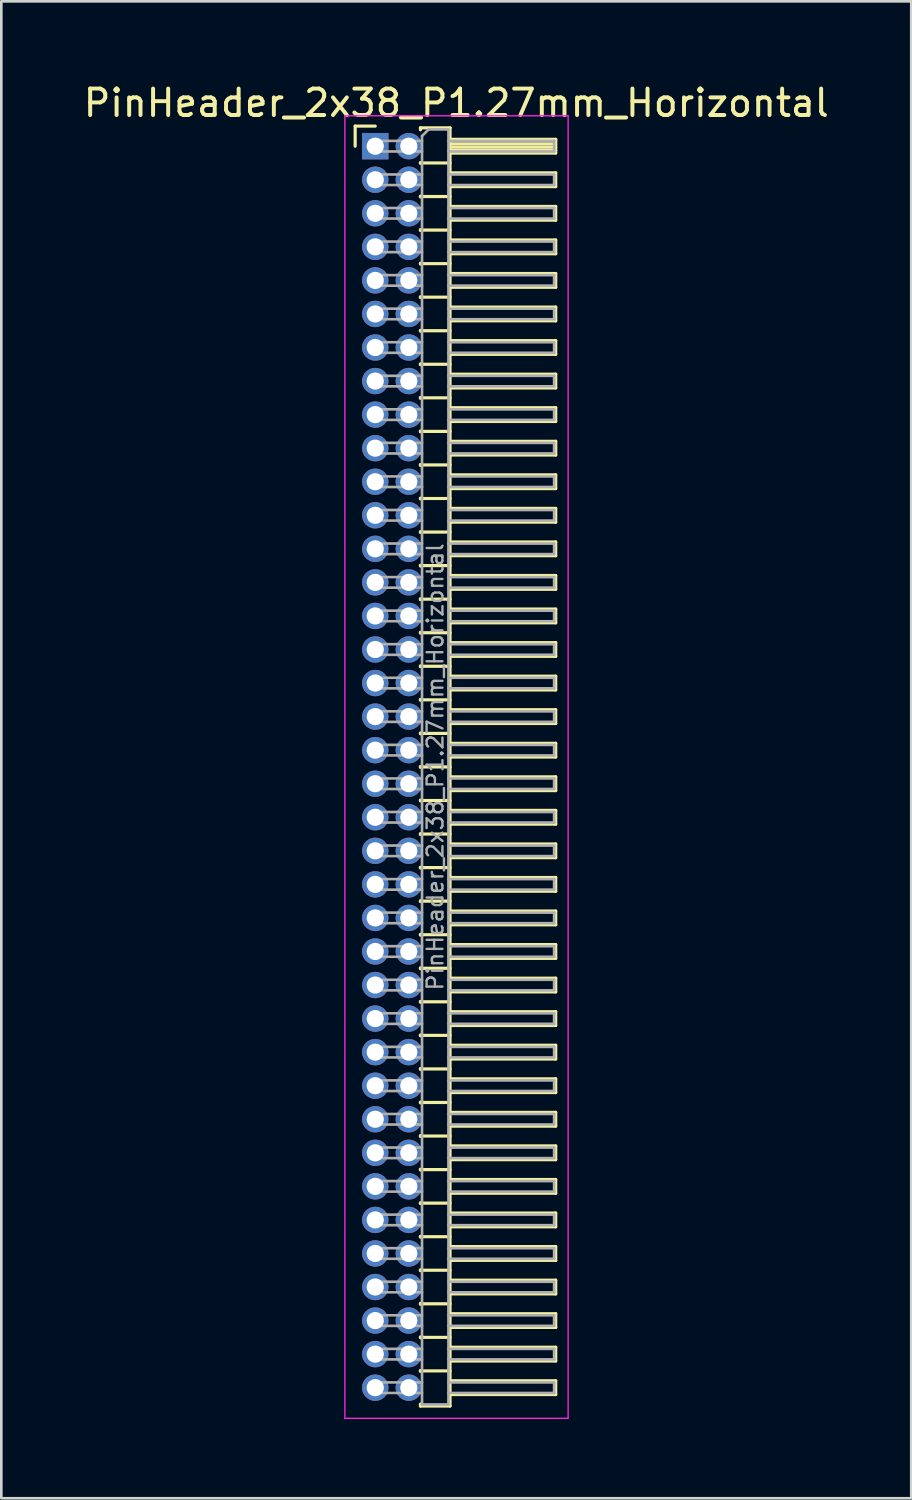
<source format=kicad_pcb>
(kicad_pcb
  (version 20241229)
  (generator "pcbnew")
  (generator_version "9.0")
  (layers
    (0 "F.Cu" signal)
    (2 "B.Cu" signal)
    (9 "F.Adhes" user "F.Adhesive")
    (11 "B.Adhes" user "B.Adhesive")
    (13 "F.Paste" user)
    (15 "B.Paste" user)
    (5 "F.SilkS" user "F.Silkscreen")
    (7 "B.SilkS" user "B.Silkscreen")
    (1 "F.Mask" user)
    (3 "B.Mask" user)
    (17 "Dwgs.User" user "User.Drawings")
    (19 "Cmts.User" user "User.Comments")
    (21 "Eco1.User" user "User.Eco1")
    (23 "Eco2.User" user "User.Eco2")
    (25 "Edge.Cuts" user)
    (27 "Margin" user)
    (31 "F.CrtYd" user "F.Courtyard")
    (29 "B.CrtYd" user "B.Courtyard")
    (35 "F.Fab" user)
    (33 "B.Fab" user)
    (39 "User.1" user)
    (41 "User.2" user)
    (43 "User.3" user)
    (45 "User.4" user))
  (footprint "PinHeader_2x38_P1.27mm_Horizontal"
    (layer "F.Cu")
    (at 11.153 2.483)
    (property "Reference" "PinHeader_2x38_P1.27mm_Horizontal" (at 3.067 -1.635 0) (layer "F.SilkS") (effects (font (size 1 1) (thickness 0.15))))
    (attr through_hole)
    (fp_line (start -0.76 -0.76) (end 0 -0.76) (stroke (width 0.12) (type solid)) (layer "F.SilkS"))
    (fp_line (start -0.76 0) (end -0.76 -0.76) (stroke (width 0.12) (type solid)) (layer "F.SilkS"))
    (fp_line (start 1.71 -0.695) (end 2.83 -0.695) (stroke (width 0.12) (type solid)) (layer "F.SilkS"))
    (fp_line (start 1.71 -0.62) (end 1.71 -0.695) (stroke (width 0.12) (type solid)) (layer "F.SilkS"))
    (fp_line (start 1.71 0.62) (end 1.71 0.65) (stroke (width 0.12) (type solid)) (layer "F.SilkS"))
    (fp_line (start 1.71 0.635) (end 2.83 0.635) (stroke (width 0.12) (type solid)) (layer "F.SilkS"))
    (fp_line (start 1.71 1.89) (end 1.71 1.92) (stroke (width 0.12) (type solid)) (layer "F.SilkS"))
    (fp_line (start 1.71 1.905) (end 2.83 1.905) (stroke (width 0.12) (type solid)) (layer "F.SilkS"))
    (fp_line (start 1.71 3.16) (end 1.71 3.19) (stroke (width 0.12) (type solid)) (layer "F.SilkS"))
    (fp_line (start 1.71 3.175) (end 2.83 3.175) (stroke (width 0.12) (type solid)) (layer "F.SilkS"))
    (fp_line (start 1.71 4.43) (end 1.71 4.46) (stroke (width 0.12) (type solid)) (layer "F.SilkS"))
    (fp_line (start 1.71 4.445) (end 2.83 4.445) (stroke (width 0.12) (type solid)) (layer "F.SilkS"))
    (fp_line (start 1.71 5.7) (end 1.71 5.73) (stroke (width 0.12) (type solid)) (layer "F.SilkS"))
    (fp_line (start 1.71 5.715) (end 2.83 5.715) (stroke (width 0.12) (type solid)) (layer "F.SilkS"))
    (fp_line (start 1.71 6.97) (end 1.71 7) (stroke (width 0.12) (type solid)) (layer "F.SilkS"))
    (fp_line (start 1.71 6.985) (end 2.83 6.985) (stroke (width 0.12) (type solid)) (layer "F.SilkS"))
    (fp_line (start 1.71 8.24) (end 1.71 8.27) (stroke (width 0.12) (type solid)) (layer "F.SilkS"))
    (fp_line (start 1.71 8.255) (end 2.83 8.255) (stroke (width 0.12) (type solid)) (layer "F.SilkS"))
    (fp_line (start 1.71 9.51) (end 1.71 9.54) (stroke (width 0.12) (type solid)) (layer "F.SilkS"))
    (fp_line (start 1.71 9.525) (end 2.83 9.525) (stroke (width 0.12) (type solid)) (layer "F.SilkS"))
    (fp_line (start 1.71 10.78) (end 1.71 10.81) (stroke (width 0.12) (type solid)) (layer "F.SilkS"))
    (fp_line (start 1.71 10.795) (end 2.83 10.795) (stroke (width 0.12) (type solid)) (layer "F.SilkS"))
    (fp_line (start 1.71 12.05) (end 1.71 12.08) (stroke (width 0.12) (type solid)) (layer "F.SilkS"))
    (fp_line (start 1.71 12.065) (end 2.83 12.065) (stroke (width 0.12) (type solid)) (layer "F.SilkS"))
    (fp_line (start 1.71 13.32) (end 1.71 13.35) (stroke (width 0.12) (type solid)) (layer "F.SilkS"))
    (fp_line (start 1.71 13.335) (end 2.83 13.335) (stroke (width 0.12) (type solid)) (layer "F.SilkS"))
    (fp_line (start 1.71 14.59) (end 1.71 14.62) (stroke (width 0.12) (type solid)) (layer "F.SilkS"))
    (fp_line (start 1.71 14.605) (end 2.83 14.605) (stroke (width 0.12) (type solid)) (layer "F.SilkS"))
    (fp_line (start 1.71 15.86) (end 1.71 15.89) (stroke (width 0.12) (type solid)) (layer "F.SilkS"))
    (fp_line (start 1.71 15.875) (end 2.83 15.875) (stroke (width 0.12) (type solid)) (layer "F.SilkS"))
    (fp_line (start 1.71 17.13) (end 1.71 17.16) (stroke (width 0.12) (type solid)) (layer "F.SilkS"))
    (fp_line (start 1.71 17.145) (end 2.83 17.145) (stroke (width 0.12) (type solid)) (layer "F.SilkS"))
    (fp_line (start 1.71 18.4) (end 1.71 18.43) (stroke (width 0.12) (type solid)) (layer "F.SilkS"))
    (fp_line (start 1.71 18.415) (end 2.83 18.415) (stroke (width 0.12) (type solid)) (layer "F.SilkS"))
    (fp_line (start 1.71 19.67) (end 1.71 19.7) (stroke (width 0.12) (type solid)) (layer "F.SilkS"))
    (fp_line (start 1.71 19.685) (end 2.83 19.685) (stroke (width 0.12) (type solid)) (layer "F.SilkS"))
    (fp_line (start 1.71 20.94) (end 1.71 20.97) (stroke (width 0.12) (type solid)) (layer "F.SilkS"))
    (fp_line (start 1.71 20.955) (end 2.83 20.955) (stroke (width 0.12) (type solid)) (layer "F.SilkS"))
    (fp_line (start 1.71 22.21) (end 1.71 22.24) (stroke (width 0.12) (type solid)) (layer "F.SilkS"))
    (fp_line (start 1.71 22.225) (end 2.83 22.225) (stroke (width 0.12) (type solid)) (layer "F.SilkS"))
    (fp_line (start 1.71 23.48) (end 1.71 23.51) (stroke (width 0.12) (type solid)) (layer "F.SilkS"))
    (fp_line (start 1.71 23.495) (end 2.83 23.495) (stroke (width 0.12) (type solid)) (layer "F.SilkS"))
    (fp_line (start 1.71 24.75) (end 1.71 24.78) (stroke (width 0.12) (type solid)) (layer "F.SilkS"))
    (fp_line (start 1.71 24.765) (end 2.83 24.765) (stroke (width 0.12) (type solid)) (layer "F.SilkS"))
    (fp_line (start 1.71 26.02) (end 1.71 26.05) (stroke (width 0.12) (type solid)) (layer "F.SilkS"))
    (fp_line (start 1.71 26.035) (end 2.83 26.035) (stroke (width 0.12) (type solid)) (layer "F.SilkS"))
    (fp_line (start 1.71 27.29) (end 1.71 27.32) (stroke (width 0.12) (type solid)) (layer "F.SilkS"))
    (fp_line (start 1.71 27.305) (end 2.83 27.305) (stroke (width 0.12) (type solid)) (layer "F.SilkS"))
    (fp_line (start 1.71 28.56) (end 1.71 28.59) (stroke (width 0.12) (type solid)) (layer "F.SilkS"))
    (fp_line (start 1.71 28.575) (end 2.83 28.575) (stroke (width 0.12) (type solid)) (layer "F.SilkS"))
    (fp_line (start 1.71 29.83) (end 1.71 29.86) (stroke (width 0.12) (type solid)) (layer "F.SilkS"))
    (fp_line (start 1.71 29.845) (end 2.83 29.845) (stroke (width 0.12) (type solid)) (layer "F.SilkS"))
    (fp_line (start 1.71 31.1) (end 1.71 31.13) (stroke (width 0.12) (type solid)) (layer "F.SilkS"))
    (fp_line (start 1.71 31.115) (end 2.83 31.115) (stroke (width 0.12) (type solid)) (layer "F.SilkS"))
    (fp_line (start 1.71 32.37) (end 1.71 32.4) (stroke (width 0.12) (type solid)) (layer "F.SilkS"))
    (fp_line (start 1.71 32.385) (end 2.83 32.385) (stroke (width 0.12) (type solid)) (layer "F.SilkS"))
    (fp_line (start 1.71 33.64) (end 1.71 33.67) (stroke (width 0.12) (type solid)) (layer "F.SilkS"))
    (fp_line (start 1.71 33.655) (end 2.83 33.655) (stroke (width 0.12) (type solid)) (layer "F.SilkS"))
    (fp_line (start 1.71 34.91) (end 1.71 34.94) (stroke (width 0.12) (type solid)) (layer "F.SilkS"))
    (fp_line (start 1.71 34.925) (end 2.83 34.925) (stroke (width 0.12) (type solid)) (layer "F.SilkS"))
    (fp_line (start 1.71 36.18) (end 1.71 36.21) (stroke (width 0.12) (type solid)) (layer "F.SilkS"))
    (fp_line (start 1.71 36.195) (end 2.83 36.195) (stroke (width 0.12) (type solid)) (layer "F.SilkS"))
    (fp_line (start 1.71 37.45) (end 1.71 37.48) (stroke (width 0.12) (type solid)) (layer "F.SilkS"))
    (fp_line (start 1.71 37.465) (end 2.83 37.465) (stroke (width 0.12) (type solid)) (layer "F.SilkS"))
    (fp_line (start 1.71 38.72) (end 1.71 38.75) (stroke (width 0.12) (type solid)) (layer "F.SilkS"))
    (fp_line (start 1.71 38.735) (end 2.83 38.735) (stroke (width 0.12) (type solid)) (layer "F.SilkS"))
    (fp_line (start 1.71 39.99) (end 1.71 40.02) (stroke (width 0.12) (type solid)) (layer "F.SilkS"))
    (fp_line (start 1.71 40.005) (end 2.83 40.005) (stroke (width 0.12) (type solid)) (layer "F.SilkS"))
    (fp_line (start 1.71 41.26) (end 1.71 41.29) (stroke (width 0.12) (type solid)) (layer "F.SilkS"))
    (fp_line (start 1.71 41.275) (end 2.83 41.275) (stroke (width 0.12) (type solid)) (layer "F.SilkS"))
    (fp_line (start 1.71 42.53) (end 1.71 42.56) (stroke (width 0.12) (type solid)) (layer "F.SilkS"))
    (fp_line (start 1.71 42.545) (end 2.83 42.545) (stroke (width 0.12) (type solid)) (layer "F.SilkS"))
    (fp_line (start 1.71 43.8) (end 1.71 43.83) (stroke (width 0.12) (type solid)) (layer "F.SilkS"))
    (fp_line (start 1.71 43.815) (end 2.83 43.815) (stroke (width 0.12) (type solid)) (layer "F.SilkS"))
    (fp_line (start 1.71 45.07) (end 1.71 45.1) (stroke (width 0.12) (type solid)) (layer "F.SilkS"))
    (fp_line (start 1.71 45.085) (end 2.83 45.085) (stroke (width 0.12) (type solid)) (layer "F.SilkS"))
    (fp_line (start 1.71 46.34) (end 1.71 46.37) (stroke (width 0.12) (type solid)) (layer "F.SilkS"))
    (fp_line (start 1.71 46.355) (end 2.83 46.355) (stroke (width 0.12) (type solid)) (layer "F.SilkS"))
    (fp_line (start 1.71 47.685) (end 1.71 47.61) (stroke (width 0.12) (type solid)) (layer "F.SilkS"))
    (fp_line (start 2.83 -0.695) (end 2.83 47.685) (stroke (width 0.12) (type solid)) (layer "F.SilkS"))
    (fp_line (start 2.83 -0.26) (end 6.83 -0.26) (stroke (width 0.12) (type solid)) (layer "F.SilkS"))
    (fp_line (start 2.83 -0.2) (end 6.83 -0.2) (stroke (width 0.12) (type solid)) (layer "F.SilkS"))
    (fp_line (start 2.83 -0.08) (end 6.83 -0.08) (stroke (width 0.12) (type solid)) (layer "F.SilkS"))
    (fp_line (start 2.83 0.04) (end 6.83 0.04) (stroke (width 0.12) (type solid)) (layer "F.SilkS"))
    (fp_line (start 2.83 0.16) (end 6.83 0.16) (stroke (width 0.12) (type solid)) (layer "F.SilkS"))
    (fp_line (start 2.83 1.01) (end 6.83 1.01) (stroke (width 0.12) (type solid)) (layer "F.SilkS"))
    (fp_line (start 2.83 2.28) (end 6.83 2.28) (stroke (width 0.12) (type solid)) (layer "F.SilkS"))
    (fp_line (start 2.83 3.55) (end 6.83 3.55) (stroke (width 0.12) (type solid)) (layer "F.SilkS"))
    (fp_line (start 2.83 4.82) (end 6.83 4.82) (stroke (width 0.12) (type solid)) (layer "F.SilkS"))
    (fp_line (start 2.83 6.09) (end 6.83 6.09) (stroke (width 0.12) (type solid)) (layer "F.SilkS"))
    (fp_line (start 2.83 7.36) (end 6.83 7.36) (stroke (width 0.12) (type solid)) (layer "F.SilkS"))
    (fp_line (start 2.83 8.63) (end 6.83 8.63) (stroke (width 0.12) (type solid)) (layer "F.SilkS"))
    (fp_line (start 2.83 9.9) (end 6.83 9.9) (stroke (width 0.12) (type solid)) (layer "F.SilkS"))
    (fp_line (start 2.83 11.17) (end 6.83 11.17) (stroke (width 0.12) (type solid)) (layer "F.SilkS"))
    (fp_line (start 2.83 12.44) (end 6.83 12.44) (stroke (width 0.12) (type solid)) (layer "F.SilkS"))
    (fp_line (start 2.83 13.71) (end 6.83 13.71) (stroke (width 0.12) (type solid)) (layer "F.SilkS"))
    (fp_line (start 2.83 14.98) (end 6.83 14.98) (stroke (width 0.12) (type solid)) (layer "F.SilkS"))
    (fp_line (start 2.83 16.25) (end 6.83 16.25) (stroke (width 0.12) (type solid)) (layer "F.SilkS"))
    (fp_line (start 2.83 17.52) (end 6.83 17.52) (stroke (width 0.12) (type solid)) (layer "F.SilkS"))
    (fp_line (start 2.83 18.79) (end 6.83 18.79) (stroke (width 0.12) (type solid)) (layer "F.SilkS"))
    (fp_line (start 2.83 20.06) (end 6.83 20.06) (stroke (width 0.12) (type solid)) (layer "F.SilkS"))
    (fp_line (start 2.83 21.33) (end 6.83 21.33) (stroke (width 0.12) (type solid)) (layer "F.SilkS"))
    (fp_line (start 2.83 22.6) (end 6.83 22.6) (stroke (width 0.12) (type solid)) (layer "F.SilkS"))
    (fp_line (start 2.83 23.87) (end 6.83 23.87) (stroke (width 0.12) (type solid)) (layer "F.SilkS"))
    (fp_line (start 2.83 25.14) (end 6.83 25.14) (stroke (width 0.12) (type solid)) (layer "F.SilkS"))
    (fp_line (start 2.83 26.41) (end 6.83 26.41) (stroke (width 0.12) (type solid)) (layer "F.SilkS"))
    (fp_line (start 2.83 27.68) (end 6.83 27.68) (stroke (width 0.12) (type solid)) (layer "F.SilkS"))
    (fp_line (start 2.83 28.95) (end 6.83 28.95) (stroke (width 0.12) (type solid)) (layer "F.SilkS"))
    (fp_line (start 2.83 30.22) (end 6.83 30.22) (stroke (width 0.12) (type solid)) (layer "F.SilkS"))
    (fp_line (start 2.83 31.49) (end 6.83 31.49) (stroke (width 0.12) (type solid)) (layer "F.SilkS"))
    (fp_line (start 2.83 32.76) (end 6.83 32.76) (stroke (width 0.12) (type solid)) (layer "F.SilkS"))
    (fp_line (start 2.83 34.03) (end 6.83 34.03) (stroke (width 0.12) (type solid)) (layer "F.SilkS"))
    (fp_line (start 2.83 35.3) (end 6.83 35.3) (stroke (width 0.12) (type solid)) (layer "F.SilkS"))
    (fp_line (start 2.83 36.57) (end 6.83 36.57) (stroke (width 0.12) (type solid)) (layer "F.SilkS"))
    (fp_line (start 2.83 37.84) (end 6.83 37.84) (stroke (width 0.12) (type solid)) (layer "F.SilkS"))
    (fp_line (start 2.83 39.11) (end 6.83 39.11) (stroke (width 0.12) (type solid)) (layer "F.SilkS"))
    (fp_line (start 2.83 40.38) (end 6.83 40.38) (stroke (width 0.12) (type solid)) (layer "F.SilkS"))
    (fp_line (start 2.83 41.65) (end 6.83 41.65) (stroke (width 0.12) (type solid)) (layer "F.SilkS"))
    (fp_line (start 2.83 42.92) (end 6.83 42.92) (stroke (width 0.12) (type solid)) (layer "F.SilkS"))
    (fp_line (start 2.83 44.19) (end 6.83 44.19) (stroke (width 0.12) (type solid)) (layer "F.SilkS"))
    (fp_line (start 2.83 45.46) (end 6.83 45.46) (stroke (width 0.12) (type solid)) (layer "F.SilkS"))
    (fp_line (start 2.83 46.73) (end 6.83 46.73) (stroke (width 0.12) (type solid)) (layer "F.SilkS"))
    (fp_line (start 2.83 47.685) (end 1.71 47.685) (stroke (width 0.12) (type solid)) (layer "F.SilkS"))
    (fp_line (start 6.83 -0.26) (end 6.83 0.26) (stroke (width 0.12) (type solid)) (layer "F.SilkS"))
    (fp_line (start 6.83 0.26) (end 2.83 0.26) (stroke (width 0.12) (type solid)) (layer "F.SilkS"))
    (fp_line (start 6.83 1.01) (end 6.83 1.53) (stroke (width 0.12) (type solid)) (layer "F.SilkS"))
    (fp_line (start 6.83 1.53) (end 2.83 1.53) (stroke (width 0.12) (type solid)) (layer "F.SilkS"))
    (fp_line (start 6.83 2.28) (end 6.83 2.8) (stroke (width 0.12) (type solid)) (layer "F.SilkS"))
    (fp_line (start 6.83 2.8) (end 2.83 2.8) (stroke (width 0.12) (type solid)) (layer "F.SilkS"))
    (fp_line (start 6.83 3.55) (end 6.83 4.07) (stroke (width 0.12) (type solid)) (layer "F.SilkS"))
    (fp_line (start 6.83 4.07) (end 2.83 4.07) (stroke (width 0.12) (type solid)) (layer "F.SilkS"))
    (fp_line (start 6.83 4.82) (end 6.83 5.34) (stroke (width 0.12) (type solid)) (layer "F.SilkS"))
    (fp_line (start 6.83 5.34) (end 2.83 5.34) (stroke (width 0.12) (type solid)) (layer "F.SilkS"))
    (fp_line (start 6.83 6.09) (end 6.83 6.61) (stroke (width 0.12) (type solid)) (layer "F.SilkS"))
    (fp_line (start 6.83 6.61) (end 2.83 6.61) (stroke (width 0.12) (type solid)) (layer "F.SilkS"))
    (fp_line (start 6.83 7.36) (end 6.83 7.88) (stroke (width 0.12) (type solid)) (layer "F.SilkS"))
    (fp_line (start 6.83 7.88) (end 2.83 7.88) (stroke (width 0.12) (type solid)) (layer "F.SilkS"))
    (fp_line (start 6.83 8.63) (end 6.83 9.15) (stroke (width 0.12) (type solid)) (layer "F.SilkS"))
    (fp_line (start 6.83 9.15) (end 2.83 9.15) (stroke (width 0.12) (type solid)) (layer "F.SilkS"))
    (fp_line (start 6.83 9.9) (end 6.83 10.42) (stroke (width 0.12) (type solid)) (layer "F.SilkS"))
    (fp_line (start 6.83 10.42) (end 2.83 10.42) (stroke (width 0.12) (type solid)) (layer "F.SilkS"))
    (fp_line (start 6.83 11.17) (end 6.83 11.69) (stroke (width 0.12) (type solid)) (layer "F.SilkS"))
    (fp_line (start 6.83 11.69) (end 2.83 11.69) (stroke (width 0.12) (type solid)) (layer "F.SilkS"))
    (fp_line (start 6.83 12.44) (end 6.83 12.96) (stroke (width 0.12) (type solid)) (layer "F.SilkS"))
    (fp_line (start 6.83 12.96) (end 2.83 12.96) (stroke (width 0.12) (type solid)) (layer "F.SilkS"))
    (fp_line (start 6.83 13.71) (end 6.83 14.23) (stroke (width 0.12) (type solid)) (layer "F.SilkS"))
    (fp_line (start 6.83 14.23) (end 2.83 14.23) (stroke (width 0.12) (type solid)) (layer "F.SilkS"))
    (fp_line (start 6.83 14.98) (end 6.83 15.5) (stroke (width 0.12) (type solid)) (layer "F.SilkS"))
    (fp_line (start 6.83 15.5) (end 2.83 15.5) (stroke (width 0.12) (type solid)) (layer "F.SilkS"))
    (fp_line (start 6.83 16.25) (end 6.83 16.77) (stroke (width 0.12) (type solid)) (layer "F.SilkS"))
    (fp_line (start 6.83 16.77) (end 2.83 16.77) (stroke (width 0.12) (type solid)) (layer "F.SilkS"))
    (fp_line (start 6.83 17.52) (end 6.83 18.04) (stroke (width 0.12) (type solid)) (layer "F.SilkS"))
    (fp_line (start 6.83 18.04) (end 2.83 18.04) (stroke (width 0.12) (type solid)) (layer "F.SilkS"))
    (fp_line (start 6.83 18.79) (end 6.83 19.31) (stroke (width 0.12) (type solid)) (layer "F.SilkS"))
    (fp_line (start 6.83 19.31) (end 2.83 19.31) (stroke (width 0.12) (type solid)) (layer "F.SilkS"))
    (fp_line (start 6.83 20.06) (end 6.83 20.58) (stroke (width 0.12) (type solid)) (layer "F.SilkS"))
    (fp_line (start 6.83 20.58) (end 2.83 20.58) (stroke (width 0.12) (type solid)) (layer "F.SilkS"))
    (fp_line (start 6.83 21.33) (end 6.83 21.85) (stroke (width 0.12) (type solid)) (layer "F.SilkS"))
    (fp_line (start 6.83 21.85) (end 2.83 21.85) (stroke (width 0.12) (type solid)) (layer "F.SilkS"))
    (fp_line (start 6.83 22.6) (end 6.83 23.12) (stroke (width 0.12) (type solid)) (layer "F.SilkS"))
    (fp_line (start 6.83 23.12) (end 2.83 23.12) (stroke (width 0.12) (type solid)) (layer "F.SilkS"))
    (fp_line (start 6.83 23.87) (end 6.83 24.39) (stroke (width 0.12) (type solid)) (layer "F.SilkS"))
    (fp_line (start 6.83 24.39) (end 2.83 24.39) (stroke (width 0.12) (type solid)) (layer "F.SilkS"))
    (fp_line (start 6.83 25.14) (end 6.83 25.66) (stroke (width 0.12) (type solid)) (layer "F.SilkS"))
    (fp_line (start 6.83 25.66) (end 2.83 25.66) (stroke (width 0.12) (type solid)) (layer "F.SilkS"))
    (fp_line (start 6.83 26.41) (end 6.83 26.93) (stroke (width 0.12) (type solid)) (layer "F.SilkS"))
    (fp_line (start 6.83 26.93) (end 2.83 26.93) (stroke (width 0.12) (type solid)) (layer "F.SilkS"))
    (fp_line (start 6.83 27.68) (end 6.83 28.2) (stroke (width 0.12) (type solid)) (layer "F.SilkS"))
    (fp_line (start 6.83 28.2) (end 2.83 28.2) (stroke (width 0.12) (type solid)) (layer "F.SilkS"))
    (fp_line (start 6.83 28.95) (end 6.83 29.47) (stroke (width 0.12) (type solid)) (layer "F.SilkS"))
    (fp_line (start 6.83 29.47) (end 2.83 29.47) (stroke (width 0.12) (type solid)) (layer "F.SilkS"))
    (fp_line (start 6.83 30.22) (end 6.83 30.74) (stroke (width 0.12) (type solid)) (layer "F.SilkS"))
    (fp_line (start 6.83 30.74) (end 2.83 30.74) (stroke (width 0.12) (type solid)) (layer "F.SilkS"))
    (fp_line (start 6.83 31.49) (end 6.83 32.01) (stroke (width 0.12) (type solid)) (layer "F.SilkS"))
    (fp_line (start 6.83 32.01) (end 2.83 32.01) (stroke (width 0.12) (type solid)) (layer "F.SilkS"))
    (fp_line (start 6.83 32.76) (end 6.83 33.28) (stroke (width 0.12) (type solid)) (layer "F.SilkS"))
    (fp_line (start 6.83 33.28) (end 2.83 33.28) (stroke (width 0.12) (type solid)) (layer "F.SilkS"))
    (fp_line (start 6.83 34.03) (end 6.83 34.55) (stroke (width 0.12) (type solid)) (layer "F.SilkS"))
    (fp_line (start 6.83 34.55) (end 2.83 34.55) (stroke (width 0.12) (type solid)) (layer "F.SilkS"))
    (fp_line (start 6.83 35.3) (end 6.83 35.82) (stroke (width 0.12) (type solid)) (layer "F.SilkS"))
    (fp_line (start 6.83 35.82) (end 2.83 35.82) (stroke (width 0.12) (type solid)) (layer "F.SilkS"))
    (fp_line (start 6.83 36.57) (end 6.83 37.09) (stroke (width 0.12) (type solid)) (layer "F.SilkS"))
    (fp_line (start 6.83 37.09) (end 2.83 37.09) (stroke (width 0.12) (type solid)) (layer "F.SilkS"))
    (fp_line (start 6.83 37.84) (end 6.83 38.36) (stroke (width 0.12) (type solid)) (layer "F.SilkS"))
    (fp_line (start 6.83 38.36) (end 2.83 38.36) (stroke (width 0.12) (type solid)) (layer "F.SilkS"))
    (fp_line (start 6.83 39.11) (end 6.83 39.63) (stroke (width 0.12) (type solid)) (layer "F.SilkS"))
    (fp_line (start 6.83 39.63) (end 2.83 39.63) (stroke (width 0.12) (type solid)) (layer "F.SilkS"))
    (fp_line (start 6.83 40.38) (end 6.83 40.9) (stroke (width 0.12) (type solid)) (layer "F.SilkS"))
    (fp_line (start 6.83 40.9) (end 2.83 40.9) (stroke (width 0.12) (type solid)) (layer "F.SilkS"))
    (fp_line (start 6.83 41.65) (end 6.83 42.17) (stroke (width 0.12) (type solid)) (layer "F.SilkS"))
    (fp_line (start 6.83 42.17) (end 2.83 42.17) (stroke (width 0.12) (type solid)) (layer "F.SilkS"))
    (fp_line (start 6.83 42.92) (end 6.83 43.44) (stroke (width 0.12) (type solid)) (layer "F.SilkS"))
    (fp_line (start 6.83 43.44) (end 2.83 43.44) (stroke (width 0.12) (type solid)) (layer "F.SilkS"))
    (fp_line (start 6.83 44.19) (end 6.83 44.71) (stroke (width 0.12) (type solid)) (layer "F.SilkS"))
    (fp_line (start 6.83 44.71) (end 2.83 44.71) (stroke (width 0.12) (type solid)) (layer "F.SilkS"))
    (fp_line (start 6.83 45.46) (end 6.83 45.98) (stroke (width 0.12) (type solid)) (layer "F.SilkS"))
    (fp_line (start 6.83 45.98) (end 2.83 45.98) (stroke (width 0.12) (type solid)) (layer "F.SilkS"))
    (fp_line (start 6.83 46.73) (end 6.83 47.25) (stroke (width 0.12) (type solid)) (layer "F.SilkS"))
    (fp_line (start 6.83 47.25) (end 2.83 47.25) (stroke (width 0.12) (type solid)) (layer "F.SilkS"))
    (fp_line (start -1.15 -1.15) (end -1.15 48.15) (stroke (width 0.05) (type solid)) (layer "F.CrtYd"))
    (fp_line (start -1.15 48.15) (end 7.3 48.15) (stroke (width 0.05) (type solid)) (layer "F.CrtYd"))
    (fp_line (start 7.3 -1.15) (end -1.15 -1.15) (stroke (width 0.05) (type solid)) (layer "F.CrtYd"))
    (fp_line (start 7.3 48.15) (end 7.3 -1.15) (stroke (width 0.05) (type solid)) (layer "F.CrtYd"))
    (fp_line (start -0.2 -0.2) (end -0.2 0.2) (stroke (width 0.1) (type solid)) (layer "F.Fab"))
    (fp_line (start -0.2 -0.2) (end 1.77 -0.2) (stroke (width 0.1) (type solid)) (layer "F.Fab"))
    (fp_line (start -0.2 0.2) (end 1.77 0.2) (stroke (width 0.1) (type solid)) (layer "F.Fab"))
    (fp_line (start -0.2 1.07) (end -0.2 1.47) (stroke (width 0.1) (type solid)) (layer "F.Fab"))
    (fp_line (start -0.2 1.07) (end 1.77 1.07) (stroke (width 0.1) (type solid)) (layer "F.Fab"))
    (fp_line (start -0.2 1.47) (end 1.77 1.47) (stroke (width 0.1) (type solid)) (layer "F.Fab"))
    (fp_line (start -0.2 2.34) (end -0.2 2.74) (stroke (width 0.1) (type solid)) (layer "F.Fab"))
    (fp_line (start -0.2 2.34) (end 1.77 2.34) (stroke (width 0.1) (type solid)) (layer "F.Fab"))
    (fp_line (start -0.2 2.74) (end 1.77 2.74) (stroke (width 0.1) (type solid)) (layer "F.Fab"))
    (fp_line (start -0.2 3.61) (end -0.2 4.01) (stroke (width 0.1) (type solid)) (layer "F.Fab"))
    (fp_line (start -0.2 3.61) (end 1.77 3.61) (stroke (width 0.1) (type solid)) (layer "F.Fab"))
    (fp_line (start -0.2 4.01) (end 1.77 4.01) (stroke (width 0.1) (type solid)) (layer "F.Fab"))
    (fp_line (start -0.2 4.88) (end -0.2 5.28) (stroke (width 0.1) (type solid)) (layer "F.Fab"))
    (fp_line (start -0.2 4.88) (end 1.77 4.88) (stroke (width 0.1) (type solid)) (layer "F.Fab"))
    (fp_line (start -0.2 5.28) (end 1.77 5.28) (stroke (width 0.1) (type solid)) (layer "F.Fab"))
    (fp_line (start -0.2 6.15) (end -0.2 6.55) (stroke (width 0.1) (type solid)) (layer "F.Fab"))
    (fp_line (start -0.2 6.15) (end 1.77 6.15) (stroke (width 0.1) (type solid)) (layer "F.Fab"))
    (fp_line (start -0.2 6.55) (end 1.77 6.55) (stroke (width 0.1) (type solid)) (layer "F.Fab"))
    (fp_line (start -0.2 7.42) (end -0.2 7.82) (stroke (width 0.1) (type solid)) (layer "F.Fab"))
    (fp_line (start -0.2 7.42) (end 1.77 7.42) (stroke (width 0.1) (type solid)) (layer "F.Fab"))
    (fp_line (start -0.2 7.82) (end 1.77 7.82) (stroke (width 0.1) (type solid)) (layer "F.Fab"))
    (fp_line (start -0.2 8.69) (end -0.2 9.09) (stroke (width 0.1) (type solid)) (layer "F.Fab"))
    (fp_line (start -0.2 8.69) (end 1.77 8.69) (stroke (width 0.1) (type solid)) (layer "F.Fab"))
    (fp_line (start -0.2 9.09) (end 1.77 9.09) (stroke (width 0.1) (type solid)) (layer "F.Fab"))
    (fp_line (start -0.2 9.96) (end -0.2 10.36) (stroke (width 0.1) (type solid)) (layer "F.Fab"))
    (fp_line (start -0.2 9.96) (end 1.77 9.96) (stroke (width 0.1) (type solid)) (layer "F.Fab"))
    (fp_line (start -0.2 10.36) (end 1.77 10.36) (stroke (width 0.1) (type solid)) (layer "F.Fab"))
    (fp_line (start -0.2 11.23) (end -0.2 11.63) (stroke (width 0.1) (type solid)) (layer "F.Fab"))
    (fp_line (start -0.2 11.23) (end 1.77 11.23) (stroke (width 0.1) (type solid)) (layer "F.Fab"))
    (fp_line (start -0.2 11.63) (end 1.77 11.63) (stroke (width 0.1) (type solid)) (layer "F.Fab"))
    (fp_line (start -0.2 12.5) (end -0.2 12.9) (stroke (width 0.1) (type solid)) (layer "F.Fab"))
    (fp_line (start -0.2 12.5) (end 1.77 12.5) (stroke (width 0.1) (type solid)) (layer "F.Fab"))
    (fp_line (start -0.2 12.9) (end 1.77 12.9) (stroke (width 0.1) (type solid)) (layer "F.Fab"))
    (fp_line (start -0.2 13.77) (end -0.2 14.17) (stroke (width 0.1) (type solid)) (layer "F.Fab"))
    (fp_line (start -0.2 13.77) (end 1.77 13.77) (stroke (width 0.1) (type solid)) (layer "F.Fab"))
    (fp_line (start -0.2 14.17) (end 1.77 14.17) (stroke (width 0.1) (type solid)) (layer "F.Fab"))
    (fp_line (start -0.2 15.04) (end -0.2 15.44) (stroke (width 0.1) (type solid)) (layer "F.Fab"))
    (fp_line (start -0.2 15.04) (end 1.77 15.04) (stroke (width 0.1) (type solid)) (layer "F.Fab"))
    (fp_line (start -0.2 15.44) (end 1.77 15.44) (stroke (width 0.1) (type solid)) (layer "F.Fab"))
    (fp_line (start -0.2 16.31) (end -0.2 16.71) (stroke (width 0.1) (type solid)) (layer "F.Fab"))
    (fp_line (start -0.2 16.31) (end 1.77 16.31) (stroke (width 0.1) (type solid)) (layer "F.Fab"))
    (fp_line (start -0.2 16.71) (end 1.77 16.71) (stroke (width 0.1) (type solid)) (layer "F.Fab"))
    (fp_line (start -0.2 17.58) (end -0.2 17.98) (stroke (width 0.1) (type solid)) (layer "F.Fab"))
    (fp_line (start -0.2 17.58) (end 1.77 17.58) (stroke (width 0.1) (type solid)) (layer "F.Fab"))
    (fp_line (start -0.2 17.98) (end 1.77 17.98) (stroke (width 0.1) (type solid)) (layer "F.Fab"))
    (fp_line (start -0.2 18.85) (end -0.2 19.25) (stroke (width 0.1) (type solid)) (layer "F.Fab"))
    (fp_line (start -0.2 18.85) (end 1.77 18.85) (stroke (width 0.1) (type solid)) (layer "F.Fab"))
    (fp_line (start -0.2 19.25) (end 1.77 19.25) (stroke (width 0.1) (type solid)) (layer "F.Fab"))
    (fp_line (start -0.2 20.12) (end -0.2 20.52) (stroke (width 0.1) (type solid)) (layer "F.Fab"))
    (fp_line (start -0.2 20.12) (end 1.77 20.12) (stroke (width 0.1) (type solid)) (layer "F.Fab"))
    (fp_line (start -0.2 20.52) (end 1.77 20.52) (stroke (width 0.1) (type solid)) (layer "F.Fab"))
    (fp_line (start -0.2 21.39) (end -0.2 21.79) (stroke (width 0.1) (type solid)) (layer "F.Fab"))
    (fp_line (start -0.2 21.39) (end 1.77 21.39) (stroke (width 0.1) (type solid)) (layer "F.Fab"))
    (fp_line (start -0.2 21.79) (end 1.77 21.79) (stroke (width 0.1) (type solid)) (layer "F.Fab"))
    (fp_line (start -0.2 22.66) (end -0.2 23.06) (stroke (width 0.1) (type solid)) (layer "F.Fab"))
    (fp_line (start -0.2 22.66) (end 1.77 22.66) (stroke (width 0.1) (type solid)) (layer "F.Fab"))
    (fp_line (start -0.2 23.06) (end 1.77 23.06) (stroke (width 0.1) (type solid)) (layer "F.Fab"))
    (fp_line (start -0.2 23.93) (end -0.2 24.33) (stroke (width 0.1) (type solid)) (layer "F.Fab"))
    (fp_line (start -0.2 23.93) (end 1.77 23.93) (stroke (width 0.1) (type solid)) (layer "F.Fab"))
    (fp_line (start -0.2 24.33) (end 1.77 24.33) (stroke (width 0.1) (type solid)) (layer "F.Fab"))
    (fp_line (start -0.2 25.2) (end -0.2 25.6) (stroke (width 0.1) (type solid)) (layer "F.Fab"))
    (fp_line (start -0.2 25.2) (end 1.77 25.2) (stroke (width 0.1) (type solid)) (layer "F.Fab"))
    (fp_line (start -0.2 25.6) (end 1.77 25.6) (stroke (width 0.1) (type solid)) (layer "F.Fab"))
    (fp_line (start -0.2 26.47) (end -0.2 26.87) (stroke (width 0.1) (type solid)) (layer "F.Fab"))
    (fp_line (start -0.2 26.47) (end 1.77 26.47) (stroke (width 0.1) (type solid)) (layer "F.Fab"))
    (fp_line (start -0.2 26.87) (end 1.77 26.87) (stroke (width 0.1) (type solid)) (layer "F.Fab"))
    (fp_line (start -0.2 27.74) (end -0.2 28.14) (stroke (width 0.1) (type solid)) (layer "F.Fab"))
    (fp_line (start -0.2 27.74) (end 1.77 27.74) (stroke (width 0.1) (type solid)) (layer "F.Fab"))
    (fp_line (start -0.2 28.14) (end 1.77 28.14) (stroke (width 0.1) (type solid)) (layer "F.Fab"))
    (fp_line (start -0.2 29.01) (end -0.2 29.41) (stroke (width 0.1) (type solid)) (layer "F.Fab"))
    (fp_line (start -0.2 29.01) (end 1.77 29.01) (stroke (width 0.1) (type solid)) (layer "F.Fab"))
    (fp_line (start -0.2 29.41) (end 1.77 29.41) (stroke (width 0.1) (type solid)) (layer "F.Fab"))
    (fp_line (start -0.2 30.28) (end -0.2 30.68) (stroke (width 0.1) (type solid)) (layer "F.Fab"))
    (fp_line (start -0.2 30.28) (end 1.77 30.28) (stroke (width 0.1) (type solid)) (layer "F.Fab"))
    (fp_line (start -0.2 30.68) (end 1.77 30.68) (stroke (width 0.1) (type solid)) (layer "F.Fab"))
    (fp_line (start -0.2 31.55) (end -0.2 31.95) (stroke (width 0.1) (type solid)) (layer "F.Fab"))
    (fp_line (start -0.2 31.55) (end 1.77 31.55) (stroke (width 0.1) (type solid)) (layer "F.Fab"))
    (fp_line (start -0.2 31.95) (end 1.77 31.95) (stroke (width 0.1) (type solid)) (layer "F.Fab"))
    (fp_line (start -0.2 32.82) (end -0.2 33.22) (stroke (width 0.1) (type solid)) (layer "F.Fab"))
    (fp_line (start -0.2 32.82) (end 1.77 32.82) (stroke (width 0.1) (type solid)) (layer "F.Fab"))
    (fp_line (start -0.2 33.22) (end 1.77 33.22) (stroke (width 0.1) (type solid)) (layer "F.Fab"))
    (fp_line (start -0.2 34.09) (end -0.2 34.49) (stroke (width 0.1) (type solid)) (layer "F.Fab"))
    (fp_line (start -0.2 34.09) (end 1.77 34.09) (stroke (width 0.1) (type solid)) (layer "F.Fab"))
    (fp_line (start -0.2 34.49) (end 1.77 34.49) (stroke (width 0.1) (type solid)) (layer "F.Fab"))
    (fp_line (start -0.2 35.36) (end -0.2 35.76) (stroke (width 0.1) (type solid)) (layer "F.Fab"))
    (fp_line (start -0.2 35.36) (end 1.77 35.36) (stroke (width 0.1) (type solid)) (layer "F.Fab"))
    (fp_line (start -0.2 35.76) (end 1.77 35.76) (stroke (width 0.1) (type solid)) (layer "F.Fab"))
    (fp_line (start -0.2 36.63) (end -0.2 37.03) (stroke (width 0.1) (type solid)) (layer "F.Fab"))
    (fp_line (start -0.2 36.63) (end 1.77 36.63) (stroke (width 0.1) (type solid)) (layer "F.Fab"))
    (fp_line (start -0.2 37.03) (end 1.77 37.03) (stroke (width 0.1) (type solid)) (layer "F.Fab"))
    (fp_line (start -0.2 37.9) (end -0.2 38.3) (stroke (width 0.1) (type solid)) (layer "F.Fab"))
    (fp_line (start -0.2 37.9) (end 1.77 37.9) (stroke (width 0.1) (type solid)) (layer "F.Fab"))
    (fp_line (start -0.2 38.3) (end 1.77 38.3) (stroke (width 0.1) (type solid)) (layer "F.Fab"))
    (fp_line (start -0.2 39.17) (end -0.2 39.57) (stroke (width 0.1) (type solid)) (layer "F.Fab"))
    (fp_line (start -0.2 39.17) (end 1.77 39.17) (stroke (width 0.1) (type solid)) (layer "F.Fab"))
    (fp_line (start -0.2 39.57) (end 1.77 39.57) (stroke (width 0.1) (type solid)) (layer "F.Fab"))
    (fp_line (start -0.2 40.44) (end -0.2 40.84) (stroke (width 0.1) (type solid)) (layer "F.Fab"))
    (fp_line (start -0.2 40.44) (end 1.77 40.44) (stroke (width 0.1) (type solid)) (layer "F.Fab"))
    (fp_line (start -0.2 40.84) (end 1.77 40.84) (stroke (width 0.1) (type solid)) (layer "F.Fab"))
    (fp_line (start -0.2 41.71) (end -0.2 42.11) (stroke (width 0.1) (type solid)) (layer "F.Fab"))
    (fp_line (start -0.2 41.71) (end 1.77 41.71) (stroke (width 0.1) (type solid)) (layer "F.Fab"))
    (fp_line (start -0.2 42.11) (end 1.77 42.11) (stroke (width 0.1) (type solid)) (layer "F.Fab"))
    (fp_line (start -0.2 42.98) (end -0.2 43.38) (stroke (width 0.1) (type solid)) (layer "F.Fab"))
    (fp_line (start -0.2 42.98) (end 1.77 42.98) (stroke (width 0.1) (type solid)) (layer "F.Fab"))
    (fp_line (start -0.2 43.38) (end 1.77 43.38) (stroke (width 0.1) (type solid)) (layer "F.Fab"))
    (fp_line (start -0.2 44.25) (end -0.2 44.65) (stroke (width 0.1) (type solid)) (layer "F.Fab"))
    (fp_line (start -0.2 44.25) (end 1.77 44.25) (stroke (width 0.1) (type solid)) (layer "F.Fab"))
    (fp_line (start -0.2 44.65) (end 1.77 44.65) (stroke (width 0.1) (type solid)) (layer "F.Fab"))
    (fp_line (start -0.2 45.52) (end -0.2 45.92) (stroke (width 0.1) (type solid)) (layer "F.Fab"))
    (fp_line (start -0.2 45.52) (end 1.77 45.52) (stroke (width 0.1) (type solid)) (layer "F.Fab"))
    (fp_line (start -0.2 45.92) (end 1.77 45.92) (stroke (width 0.1) (type solid)) (layer "F.Fab"))
    (fp_line (start -0.2 46.79) (end -0.2 47.19) (stroke (width 0.1) (type solid)) (layer "F.Fab"))
    (fp_line (start -0.2 46.79) (end 1.77 46.79) (stroke (width 0.1) (type solid)) (layer "F.Fab"))
    (fp_line (start -0.2 47.19) (end 1.77 47.19) (stroke (width 0.1) (type solid)) (layer "F.Fab"))
    (fp_line (start 1.77 -0.385) (end 2.02 -0.635) (stroke (width 0.1) (type solid)) (layer "F.Fab"))
    (fp_line (start 1.77 47.625) (end 1.77 -0.385) (stroke (width 0.1) (type solid)) (layer "F.Fab"))
    (fp_line (start 2.02 -0.635) (end 2.77 -0.635) (stroke (width 0.1) (type solid)) (layer "F.Fab"))
    (fp_line (start 2.77 -0.635) (end 2.77 47.625) (stroke (width 0.1) (type solid)) (layer "F.Fab"))
    (fp_line (start 2.77 -0.2) (end 6.77 -0.2) (stroke (width 0.1) (type solid)) (layer "F.Fab"))
    (fp_line (start 2.77 0.2) (end 6.77 0.2) (stroke (width 0.1) (type solid)) (layer "F.Fab"))
    (fp_line (start 2.77 1.07) (end 6.77 1.07) (stroke (width 0.1) (type solid)) (layer "F.Fab"))
    (fp_line (start 2.77 1.47) (end 6.77 1.47) (stroke (width 0.1) (type solid)) (layer "F.Fab"))
    (fp_line (start 2.77 2.34) (end 6.77 2.34) (stroke (width 0.1) (type solid)) (layer "F.Fab"))
    (fp_line (start 2.77 2.74) (end 6.77 2.74) (stroke (width 0.1) (type solid)) (layer "F.Fab"))
    (fp_line (start 2.77 3.61) (end 6.77 3.61) (stroke (width 0.1) (type solid)) (layer "F.Fab"))
    (fp_line (start 2.77 4.01) (end 6.77 4.01) (stroke (width 0.1) (type solid)) (layer "F.Fab"))
    (fp_line (start 2.77 4.88) (end 6.77 4.88) (stroke (width 0.1) (type solid)) (layer "F.Fab"))
    (fp_line (start 2.77 5.28) (end 6.77 5.28) (stroke (width 0.1) (type solid)) (layer "F.Fab"))
    (fp_line (start 2.77 6.15) (end 6.77 6.15) (stroke (width 0.1) (type solid)) (layer "F.Fab"))
    (fp_line (start 2.77 6.55) (end 6.77 6.55) (stroke (width 0.1) (type solid)) (layer "F.Fab"))
    (fp_line (start 2.77 7.42) (end 6.77 7.42) (stroke (width 0.1) (type solid)) (layer "F.Fab"))
    (fp_line (start 2.77 7.82) (end 6.77 7.82) (stroke (width 0.1) (type solid)) (layer "F.Fab"))
    (fp_line (start 2.77 8.69) (end 6.77 8.69) (stroke (width 0.1) (type solid)) (layer "F.Fab"))
    (fp_line (start 2.77 9.09) (end 6.77 9.09) (stroke (width 0.1) (type solid)) (layer "F.Fab"))
    (fp_line (start 2.77 9.96) (end 6.77 9.96) (stroke (width 0.1) (type solid)) (layer "F.Fab"))
    (fp_line (start 2.77 10.36) (end 6.77 10.36) (stroke (width 0.1) (type solid)) (layer "F.Fab"))
    (fp_line (start 2.77 11.23) (end 6.77 11.23) (stroke (width 0.1) (type solid)) (layer "F.Fab"))
    (fp_line (start 2.77 11.63) (end 6.77 11.63) (stroke (width 0.1) (type solid)) (layer "F.Fab"))
    (fp_line (start 2.77 12.5) (end 6.77 12.5) (stroke (width 0.1) (type solid)) (layer "F.Fab"))
    (fp_line (start 2.77 12.9) (end 6.77 12.9) (stroke (width 0.1) (type solid)) (layer "F.Fab"))
    (fp_line (start 2.77 13.77) (end 6.77 13.77) (stroke (width 0.1) (type solid)) (layer "F.Fab"))
    (fp_line (start 2.77 14.17) (end 6.77 14.17) (stroke (width 0.1) (type solid)) (layer "F.Fab"))
    (fp_line (start 2.77 15.04) (end 6.77 15.04) (stroke (width 0.1) (type solid)) (layer "F.Fab"))
    (fp_line (start 2.77 15.44) (end 6.77 15.44) (stroke (width 0.1) (type solid)) (layer "F.Fab"))
    (fp_line (start 2.77 16.31) (end 6.77 16.31) (stroke (width 0.1) (type solid)) (layer "F.Fab"))
    (fp_line (start 2.77 16.71) (end 6.77 16.71) (stroke (width 0.1) (type solid)) (layer "F.Fab"))
    (fp_line (start 2.77 17.58) (end 6.77 17.58) (stroke (width 0.1) (type solid)) (layer "F.Fab"))
    (fp_line (start 2.77 17.98) (end 6.77 17.98) (stroke (width 0.1) (type solid)) (layer "F.Fab"))
    (fp_line (start 2.77 18.85) (end 6.77 18.85) (stroke (width 0.1) (type solid)) (layer "F.Fab"))
    (fp_line (start 2.77 19.25) (end 6.77 19.25) (stroke (width 0.1) (type solid)) (layer "F.Fab"))
    (fp_line (start 2.77 20.12) (end 6.77 20.12) (stroke (width 0.1) (type solid)) (layer "F.Fab"))
    (fp_line (start 2.77 20.52) (end 6.77 20.52) (stroke (width 0.1) (type solid)) (layer "F.Fab"))
    (fp_line (start 2.77 21.39) (end 6.77 21.39) (stroke (width 0.1) (type solid)) (layer "F.Fab"))
    (fp_line (start 2.77 21.79) (end 6.77 21.79) (stroke (width 0.1) (type solid)) (layer "F.Fab"))
    (fp_line (start 2.77 22.66) (end 6.77 22.66) (stroke (width 0.1) (type solid)) (layer "F.Fab"))
    (fp_line (start 2.77 23.06) (end 6.77 23.06) (stroke (width 0.1) (type solid)) (layer "F.Fab"))
    (fp_line (start 2.77 23.93) (end 6.77 23.93) (stroke (width 0.1) (type solid)) (layer "F.Fab"))
    (fp_line (start 2.77 24.33) (end 6.77 24.33) (stroke (width 0.1) (type solid)) (layer "F.Fab"))
    (fp_line (start 2.77 25.2) (end 6.77 25.2) (stroke (width 0.1) (type solid)) (layer "F.Fab"))
    (fp_line (start 2.77 25.6) (end 6.77 25.6) (stroke (width 0.1) (type solid)) (layer "F.Fab"))
    (fp_line (start 2.77 26.47) (end 6.77 26.47) (stroke (width 0.1) (type solid)) (layer "F.Fab"))
    (fp_line (start 2.77 26.87) (end 6.77 26.87) (stroke (width 0.1) (type solid)) (layer "F.Fab"))
    (fp_line (start 2.77 27.74) (end 6.77 27.74) (stroke (width 0.1) (type solid)) (layer "F.Fab"))
    (fp_line (start 2.77 28.14) (end 6.77 28.14) (stroke (width 0.1) (type solid)) (layer "F.Fab"))
    (fp_line (start 2.77 29.01) (end 6.77 29.01) (stroke (width 0.1) (type solid)) (layer "F.Fab"))
    (fp_line (start 2.77 29.41) (end 6.77 29.41) (stroke (width 0.1) (type solid)) (layer "F.Fab"))
    (fp_line (start 2.77 30.28) (end 6.77 30.28) (stroke (width 0.1) (type solid)) (layer "F.Fab"))
    (fp_line (start 2.77 30.68) (end 6.77 30.68) (stroke (width 0.1) (type solid)) (layer "F.Fab"))
    (fp_line (start 2.77 31.55) (end 6.77 31.55) (stroke (width 0.1) (type solid)) (layer "F.Fab"))
    (fp_line (start 2.77 31.95) (end 6.77 31.95) (stroke (width 0.1) (type solid)) (layer "F.Fab"))
    (fp_line (start 2.77 32.82) (end 6.77 32.82) (stroke (width 0.1) (type solid)) (layer "F.Fab"))
    (fp_line (start 2.77 33.22) (end 6.77 33.22) (stroke (width 0.1) (type solid)) (layer "F.Fab"))
    (fp_line (start 2.77 34.09) (end 6.77 34.09) (stroke (width 0.1) (type solid)) (layer "F.Fab"))
    (fp_line (start 2.77 34.49) (end 6.77 34.49) (stroke (width 0.1) (type solid)) (layer "F.Fab"))
    (fp_line (start 2.77 35.36) (end 6.77 35.36) (stroke (width 0.1) (type solid)) (layer "F.Fab"))
    (fp_line (start 2.77 35.76) (end 6.77 35.76) (stroke (width 0.1) (type solid)) (layer "F.Fab"))
    (fp_line (start 2.77 36.63) (end 6.77 36.63) (stroke (width 0.1) (type solid)) (layer "F.Fab"))
    (fp_line (start 2.77 37.03) (end 6.77 37.03) (stroke (width 0.1) (type solid)) (layer "F.Fab"))
    (fp_line (start 2.77 37.9) (end 6.77 37.9) (stroke (width 0.1) (type solid)) (layer "F.Fab"))
    (fp_line (start 2.77 38.3) (end 6.77 38.3) (stroke (width 0.1) (type solid)) (layer "F.Fab"))
    (fp_line (start 2.77 39.17) (end 6.77 39.17) (stroke (width 0.1) (type solid)) (layer "F.Fab"))
    (fp_line (start 2.77 39.57) (end 6.77 39.57) (stroke (width 0.1) (type solid)) (layer "F.Fab"))
    (fp_line (start 2.77 40.44) (end 6.77 40.44) (stroke (width 0.1) (type solid)) (layer "F.Fab"))
    (fp_line (start 2.77 40.84) (end 6.77 40.84) (stroke (width 0.1) (type solid)) (layer "F.Fab"))
    (fp_line (start 2.77 41.71) (end 6.77 41.71) (stroke (width 0.1) (type solid)) (layer "F.Fab"))
    (fp_line (start 2.77 42.11) (end 6.77 42.11) (stroke (width 0.1) (type solid)) (layer "F.Fab"))
    (fp_line (start 2.77 42.98) (end 6.77 42.98) (stroke (width 0.1) (type solid)) (layer "F.Fab"))
    (fp_line (start 2.77 43.38) (end 6.77 43.38) (stroke (width 0.1) (type solid)) (layer "F.Fab"))
    (fp_line (start 2.77 44.25) (end 6.77 44.25) (stroke (width 0.1) (type solid)) (layer "F.Fab"))
    (fp_line (start 2.77 44.65) (end 6.77 44.65) (stroke (width 0.1) (type solid)) (layer "F.Fab"))
    (fp_line (start 2.77 45.52) (end 6.77 45.52) (stroke (width 0.1) (type solid)) (layer "F.Fab"))
    (fp_line (start 2.77 45.92) (end 6.77 45.92) (stroke (width 0.1) (type solid)) (layer "F.Fab"))
    (fp_line (start 2.77 46.79) (end 6.77 46.79) (stroke (width 0.1) (type solid)) (layer "F.Fab"))
    (fp_line (start 2.77 47.19) (end 6.77 47.19) (stroke (width 0.1) (type solid)) (layer "F.Fab"))
    (fp_line (start 2.77 47.625) (end 1.77 47.625) (stroke (width 0.1) (type solid)) (layer "F.Fab"))
    (fp_line (start 6.77 -0.2) (end 6.77 0.2) (stroke (width 0.1) (type solid)) (layer "F.Fab"))
    (fp_line (start 6.77 1.07) (end 6.77 1.47) (stroke (width 0.1) (type solid)) (layer "F.Fab"))
    (fp_line (start 6.77 2.34) (end 6.77 2.74) (stroke (width 0.1) (type solid)) (layer "F.Fab"))
    (fp_line (start 6.77 3.61) (end 6.77 4.01) (stroke (width 0.1) (type solid)) (layer "F.Fab"))
    (fp_line (start 6.77 4.88) (end 6.77 5.28) (stroke (width 0.1) (type solid)) (layer "F.Fab"))
    (fp_line (start 6.77 6.15) (end 6.77 6.55) (stroke (width 0.1) (type solid)) (layer "F.Fab"))
    (fp_line (start 6.77 7.42) (end 6.77 7.82) (stroke (width 0.1) (type solid)) (layer "F.Fab"))
    (fp_line (start 6.77 8.69) (end 6.77 9.09) (stroke (width 0.1) (type solid)) (layer "F.Fab"))
    (fp_line (start 6.77 9.96) (end 6.77 10.36) (stroke (width 0.1) (type solid)) (layer "F.Fab"))
    (fp_line (start 6.77 11.23) (end 6.77 11.63) (stroke (width 0.1) (type solid)) (layer "F.Fab"))
    (fp_line (start 6.77 12.5) (end 6.77 12.9) (stroke (width 0.1) (type solid)) (layer "F.Fab"))
    (fp_line (start 6.77 13.77) (end 6.77 14.17) (stroke (width 0.1) (type solid)) (layer "F.Fab"))
    (fp_line (start 6.77 15.04) (end 6.77 15.44) (stroke (width 0.1) (type solid)) (layer "F.Fab"))
    (fp_line (start 6.77 16.31) (end 6.77 16.71) (stroke (width 0.1) (type solid)) (layer "F.Fab"))
    (fp_line (start 6.77 17.58) (end 6.77 17.98) (stroke (width 0.1) (type solid)) (layer "F.Fab"))
    (fp_line (start 6.77 18.85) (end 6.77 19.25) (stroke (width 0.1) (type solid)) (layer "F.Fab"))
    (fp_line (start 6.77 20.12) (end 6.77 20.52) (stroke (width 0.1) (type solid)) (layer "F.Fab"))
    (fp_line (start 6.77 21.39) (end 6.77 21.79) (stroke (width 0.1) (type solid)) (layer "F.Fab"))
    (fp_line (start 6.77 22.66) (end 6.77 23.06) (stroke (width 0.1) (type solid)) (layer "F.Fab"))
    (fp_line (start 6.77 23.93) (end 6.77 24.33) (stroke (width 0.1) (type solid)) (layer "F.Fab"))
    (fp_line (start 6.77 25.2) (end 6.77 25.6) (stroke (width 0.1) (type solid)) (layer "F.Fab"))
    (fp_line (start 6.77 26.47) (end 6.77 26.87) (stroke (width 0.1) (type solid)) (layer "F.Fab"))
    (fp_line (start 6.77 27.74) (end 6.77 28.14) (stroke (width 0.1) (type solid)) (layer "F.Fab"))
    (fp_line (start 6.77 29.01) (end 6.77 29.41) (stroke (width 0.1) (type solid)) (layer "F.Fab"))
    (fp_line (start 6.77 30.28) (end 6.77 30.68) (stroke (width 0.1) (type solid)) (layer "F.Fab"))
    (fp_line (start 6.77 31.55) (end 6.77 31.95) (stroke (width 0.1) (type solid)) (layer "F.Fab"))
    (fp_line (start 6.77 32.82) (end 6.77 33.22) (stroke (width 0.1) (type solid)) (layer "F.Fab"))
    (fp_line (start 6.77 34.09) (end 6.77 34.49) (stroke (width 0.1) (type solid)) (layer "F.Fab"))
    (fp_line (start 6.77 35.36) (end 6.77 35.76) (stroke (width 0.1) (type solid)) (layer "F.Fab"))
    (fp_line (start 6.77 36.63) (end 6.77 37.03) (stroke (width 0.1) (type solid)) (layer "F.Fab"))
    (fp_line (start 6.77 37.9) (end 6.77 38.3) (stroke (width 0.1) (type solid)) (layer "F.Fab"))
    (fp_line (start 6.77 39.17) (end 6.77 39.57) (stroke (width 0.1) (type solid)) (layer "F.Fab"))
    (fp_line (start 6.77 40.44) (end 6.77 40.84) (stroke (width 0.1) (type solid)) (layer "F.Fab"))
    (fp_line (start 6.77 41.71) (end 6.77 42.11) (stroke (width 0.1) (type solid)) (layer "F.Fab"))
    (fp_line (start 6.77 42.98) (end 6.77 43.38) (stroke (width 0.1) (type solid)) (layer "F.Fab"))
    (fp_line (start 6.77 44.25) (end 6.77 44.65) (stroke (width 0.1) (type solid)) (layer "F.Fab"))
    (fp_line (start 6.77 45.52) (end 6.77 45.92) (stroke (width 0.1) (type solid)) (layer "F.Fab"))
    (fp_line (start 6.77 46.79) (end 6.77 47.19) (stroke (width 0.1) (type solid)) (layer "F.Fab"))
    (fp_text user "${REFERENCE}" (at 2.27 23.495 90) (layer "F.Fab") (effects (font (size 0.6 0.6) (thickness 0.09))))
    (pad "1" thru_hole rect (at 0 0) (size 1 1) (drill 0.65) (layers "*.Cu" "*.Mask"))
    (pad "2" thru_hole oval (at 1.27 0) (size 1 1) (drill 0.65) (layers "*.Cu" "*.Mask"))
    (pad "3" thru_hole oval (at 0 1.27) (size 1 1) (drill 0.65) (layers "*.Cu" "*.Mask"))
    (pad "4" thru_hole oval (at 1.27 1.27) (size 1 1) (drill 0.65) (layers "*.Cu" "*.Mask"))
    (pad "5" thru_hole oval (at 0 2.54) (size 1 1) (drill 0.65) (layers "*.Cu" "*.Mask"))
    (pad "6" thru_hole oval (at 1.27 2.54) (size 1 1) (drill 0.65) (layers "*.Cu" "*.Mask"))
    (pad "7" thru_hole oval (at 0 3.81) (size 1 1) (drill 0.65) (layers "*.Cu" "*.Mask"))
    (pad "8" thru_hole oval (at 1.27 3.81) (size 1 1) (drill 0.65) (layers "*.Cu" "*.Mask"))
    (pad "9" thru_hole oval (at 0 5.08) (size 1 1) (drill 0.65) (layers "*.Cu" "*.Mask"))
    (pad "10" thru_hole oval (at 1.27 5.08) (size 1 1) (drill 0.65) (layers "*.Cu" "*.Mask"))
    (pad "11" thru_hole oval (at 0 6.35) (size 1 1) (drill 0.65) (layers "*.Cu" "*.Mask"))
    (pad "12" thru_hole oval (at 1.27 6.35) (size 1 1) (drill 0.65) (layers "*.Cu" "*.Mask"))
    (pad "13" thru_hole oval (at 0 7.62) (size 1 1) (drill 0.65) (layers "*.Cu" "*.Mask"))
    (pad "14" thru_hole oval (at 1.27 7.62) (size 1 1) (drill 0.65) (layers "*.Cu" "*.Mask"))
    (pad "15" thru_hole oval (at 0 8.89) (size 1 1) (drill 0.65) (layers "*.Cu" "*.Mask"))
    (pad "16" thru_hole oval (at 1.27 8.89) (size 1 1) (drill 0.65) (layers "*.Cu" "*.Mask"))
    (pad "17" thru_hole oval (at 0 10.16) (size 1 1) (drill 0.65) (layers "*.Cu" "*.Mask"))
    (pad "18" thru_hole oval (at 1.27 10.16) (size 1 1) (drill 0.65) (layers "*.Cu" "*.Mask"))
    (pad "19" thru_hole oval (at 0 11.43) (size 1 1) (drill 0.65) (layers "*.Cu" "*.Mask"))
    (pad "20" thru_hole oval (at 1.27 11.43) (size 1 1) (drill 0.65) (layers "*.Cu" "*.Mask"))
    (pad "21" thru_hole oval (at 0 12.7) (size 1 1) (drill 0.65) (layers "*.Cu" "*.Mask"))
    (pad "22" thru_hole oval (at 1.27 12.7) (size 1 1) (drill 0.65) (layers "*.Cu" "*.Mask"))
    (pad "23" thru_hole oval (at 0 13.97) (size 1 1) (drill 0.65) (layers "*.Cu" "*.Mask"))
    (pad "24" thru_hole oval (at 1.27 13.97) (size 1 1) (drill 0.65) (layers "*.Cu" "*.Mask"))
    (pad "25" thru_hole oval (at 0 15.24) (size 1 1) (drill 0.65) (layers "*.Cu" "*.Mask"))
    (pad "26" thru_hole oval (at 1.27 15.24) (size 1 1) (drill 0.65) (layers "*.Cu" "*.Mask"))
    (pad "27" thru_hole oval (at 0 16.51) (size 1 1) (drill 0.65) (layers "*.Cu" "*.Mask"))
    (pad "28" thru_hole oval (at 1.27 16.51) (size 1 1) (drill 0.65) (layers "*.Cu" "*.Mask"))
    (pad "29" thru_hole oval (at 0 17.78) (size 1 1) (drill 0.65) (layers "*.Cu" "*.Mask"))
    (pad "30" thru_hole oval (at 1.27 17.78) (size 1 1) (drill 0.65) (layers "*.Cu" "*.Mask"))
    (pad "31" thru_hole oval (at 0 19.05) (size 1 1) (drill 0.65) (layers "*.Cu" "*.Mask"))
    (pad "32" thru_hole oval (at 1.27 19.05) (size 1 1) (drill 0.65) (layers "*.Cu" "*.Mask"))
    (pad "33" thru_hole oval (at 0 20.32) (size 1 1) (drill 0.65) (layers "*.Cu" "*.Mask"))
    (pad "34" thru_hole oval (at 1.27 20.32) (size 1 1) (drill 0.65) (layers "*.Cu" "*.Mask"))
    (pad "35" thru_hole oval (at 0 21.59) (size 1 1) (drill 0.65) (layers "*.Cu" "*.Mask"))
    (pad "36" thru_hole oval (at 1.27 21.59) (size 1 1) (drill 0.65) (layers "*.Cu" "*.Mask"))
    (pad "37" thru_hole oval (at 0 22.86) (size 1 1) (drill 0.65) (layers "*.Cu" "*.Mask"))
    (pad "38" thru_hole oval (at 1.27 22.86) (size 1 1) (drill 0.65) (layers "*.Cu" "*.Mask"))
    (pad "39" thru_hole oval (at 0 24.13) (size 1 1) (drill 0.65) (layers "*.Cu" "*.Mask"))
    (pad "40" thru_hole oval (at 1.27 24.13) (size 1 1) (drill 0.65) (layers "*.Cu" "*.Mask"))
    (pad "41" thru_hole oval (at 0 25.4) (size 1 1) (drill 0.65) (layers "*.Cu" "*.Mask"))
    (pad "42" thru_hole oval (at 1.27 25.4) (size 1 1) (drill 0.65) (layers "*.Cu" "*.Mask"))
    (pad "43" thru_hole oval (at 0 26.67) (size 1 1) (drill 0.65) (layers "*.Cu" "*.Mask"))
    (pad "44" thru_hole oval (at 1.27 26.67) (size 1 1) (drill 0.65) (layers "*.Cu" "*.Mask"))
    (pad "45" thru_hole oval (at 0 27.94) (size 1 1) (drill 0.65) (layers "*.Cu" "*.Mask"))
    (pad "46" thru_hole oval (at 1.27 27.94) (size 1 1) (drill 0.65) (layers "*.Cu" "*.Mask"))
    (pad "47" thru_hole oval (at 0 29.21) (size 1 1) (drill 0.65) (layers "*.Cu" "*.Mask"))
    (pad "48" thru_hole oval (at 1.27 29.21) (size 1 1) (drill 0.65) (layers "*.Cu" "*.Mask"))
    (pad "49" thru_hole oval (at 0 30.48) (size 1 1) (drill 0.65) (layers "*.Cu" "*.Mask"))
    (pad "50" thru_hole oval (at 1.27 30.48) (size 1 1) (drill 0.65) (layers "*.Cu" "*.Mask"))
    (pad "51" thru_hole oval (at 0 31.75) (size 1 1) (drill 0.65) (layers "*.Cu" "*.Mask"))
    (pad "52" thru_hole oval (at 1.27 31.75) (size 1 1) (drill 0.65) (layers "*.Cu" "*.Mask"))
    (pad "53" thru_hole oval (at 0 33.02) (size 1 1) (drill 0.65) (layers "*.Cu" "*.Mask"))
    (pad "54" thru_hole oval (at 1.27 33.02) (size 1 1) (drill 0.65) (layers "*.Cu" "*.Mask"))
    (pad "55" thru_hole oval (at 0 34.29) (size 1 1) (drill 0.65) (layers "*.Cu" "*.Mask"))
    (pad "56" thru_hole oval (at 1.27 34.29) (size 1 1) (drill 0.65) (layers "*.Cu" "*.Mask"))
    (pad "57" thru_hole oval (at 0 35.56) (size 1 1) (drill 0.65) (layers "*.Cu" "*.Mask"))
    (pad "58" thru_hole oval (at 1.27 35.56) (size 1 1) (drill 0.65) (layers "*.Cu" "*.Mask"))
    (pad "59" thru_hole oval (at 0 36.83) (size 1 1) (drill 0.65) (layers "*.Cu" "*.Mask"))
    (pad "60" thru_hole oval (at 1.27 36.83) (size 1 1) (drill 0.65) (layers "*.Cu" "*.Mask"))
    (pad "61" thru_hole oval (at 0 38.1) (size 1 1) (drill 0.65) (layers "*.Cu" "*.Mask"))
    (pad "62" thru_hole oval (at 1.27 38.1) (size 1 1) (drill 0.65) (layers "*.Cu" "*.Mask"))
    (pad "63" thru_hole oval (at 0 39.37) (size 1 1) (drill 0.65) (layers "*.Cu" "*.Mask"))
    (pad "64" thru_hole oval (at 1.27 39.37) (size 1 1) (drill 0.65) (layers "*.Cu" "*.Mask"))
    (pad "65" thru_hole oval (at 0 40.64) (size 1 1) (drill 0.65) (layers "*.Cu" "*.Mask"))
    (pad "66" thru_hole oval (at 1.27 40.64) (size 1 1) (drill 0.65) (layers "*.Cu" "*.Mask"))
    (pad "67" thru_hole oval (at 0 41.91) (size 1 1) (drill 0.65) (layers "*.Cu" "*.Mask"))
    (pad "68" thru_hole oval (at 1.27 41.91) (size 1 1) (drill 0.65) (layers "*.Cu" "*.Mask"))
    (pad "69" thru_hole oval (at 0 43.18) (size 1 1) (drill 0.65) (layers "*.Cu" "*.Mask"))
    (pad "70" thru_hole oval (at 1.27 43.18) (size 1 1) (drill 0.65) (layers "*.Cu" "*.Mask"))
    (pad "71" thru_hole oval (at 0 44.45) (size 1 1) (drill 0.65) (layers "*.Cu" "*.Mask"))
    (pad "72" thru_hole oval (at 1.27 44.45) (size 1 1) (drill 0.65) (layers "*.Cu" "*.Mask"))
    (pad "73" thru_hole oval (at 0 45.72) (size 1 1) (drill 0.65) (layers "*.Cu" "*.Mask"))
    (pad "74" thru_hole oval (at 1.27 45.72) (size 1 1) (drill 0.65) (layers "*.Cu" "*.Mask"))
    (pad "75" thru_hole oval (at 0 46.99) (size 1 1) (drill 0.65) (layers "*.Cu" "*.Mask"))
    (pad "76" thru_hole oval (at 1.27 46.99) (size 1 1) (drill 0.65) (layers "*.Cu" "*.Mask")))
  (gr_rect
    (start -3 -3)
    (end 31.44 53.658)
    (stroke (width 0.1) (type default))
    (fill no)
    (layer "Edge.Cuts")))
</source>
